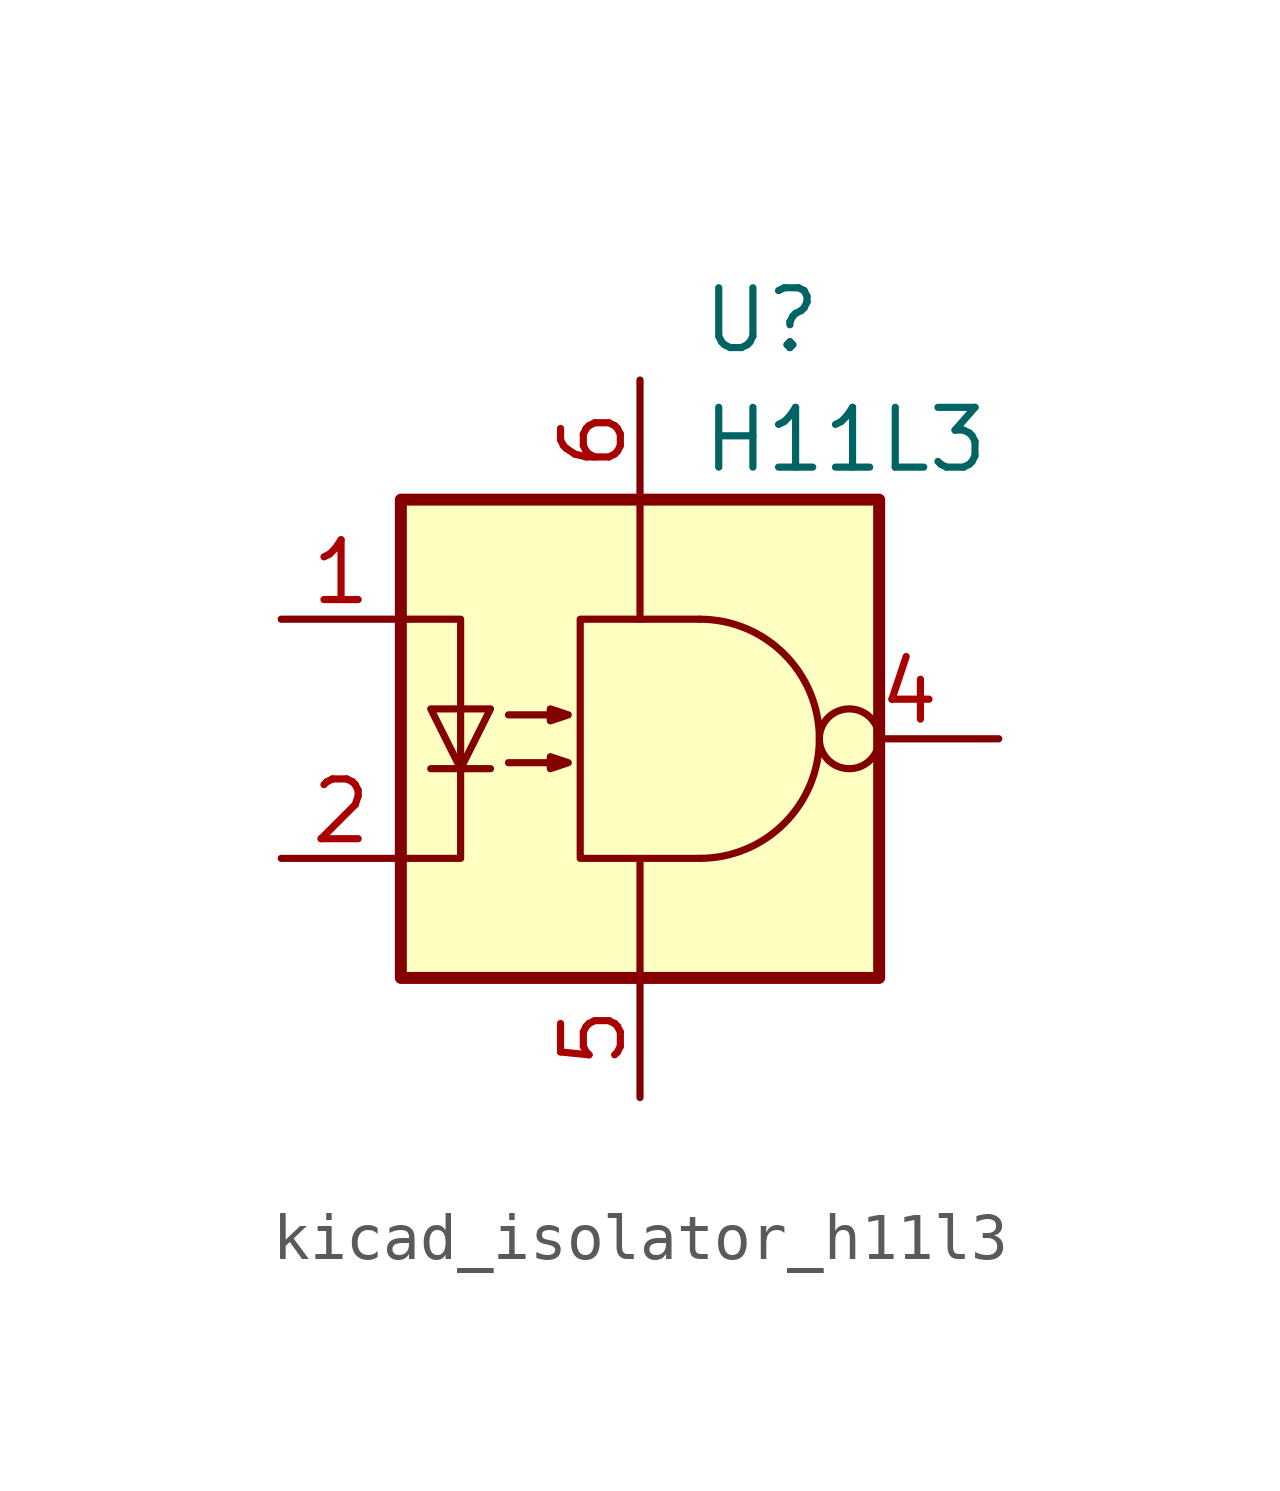
<source format=kicad_sym>
(kicad_symbol_lib
  (version 20220914)
  (generator kicad_symbol_editor)
  (symbol "kicad_isolator_h11l3"
    (pin_names
      (offset 1.016))
    (property "Reference" "U"
      (at 1.27 8.89 0)
      (effects (font (size 1.27 1.27)) (justify left)))
    (property "Value" "H11L3"
      (at 1.27 6.35 0)
      (effects (font (size 1.27 1.27)) (justify left)))
    (symbol "kicad_isolator_h11l3_0_1"
      (rectangle (start -5.08 5.08) (end 5.08 -5.08) (stroke (width 0.254) (type default)) (fill (type background)))
      (polyline (pts (xy -4.445 -0.635) (xy -3.175 -0.635)) (stroke (width 0) (type default)) (fill (type none)))
      (polyline (pts (xy 0 2.54) (xy 0 5.08)) (stroke (width 0) (type default)) (fill (type none)))
      (polyline (pts (xy 0 -2.54) (xy 0 -5.08) (xy 0 -3.81)) (stroke (width 0) (type default)) (fill (type none)))
      (polyline (pts (xy -5.08 -2.54) (xy -3.81 -2.54) (xy -3.81 2.54) (xy -5.08 2.54)) (stroke (width 0) (type default)) (fill (type none)))
      (polyline (pts (xy -3.81 -0.635) (xy -4.445 0.635) (xy -3.175 0.635) (xy -3.81 -0.635)) (stroke (width 0) (type default)) (fill (type none)))
      (polyline (pts (xy 1.27 -2.54) (xy -1.27 -2.54) (xy -1.27 2.54) (xy 1.27 2.54)) (stroke (width 0) (type default)) (fill (type none)))
      (polyline (pts (xy -2.794 -0.508) (xy -1.524 -0.508) (xy -1.905 -0.635) (xy -1.905 -0.381) (xy -1.524 -0.508)) (stroke (width 0) (type default)) (fill (type none)))
      (polyline (pts (xy -2.794 0.508) (xy -1.524 0.508) (xy -1.905 0.381) (xy -1.905 0.635) (xy -1.524 0.508)) (stroke (width 0) (type default)) (fill (type none)))
      (arc (start 1.27 -2.54) (mid 3.799 0) (end 1.27 2.54) (stroke (width 0) (type default)) (fill (type none))))
    (symbol "kicad_isolator_h11l3_1_1"
      (pin passive line (at -7.62 2.54 0) (length 2.54) (name "~" (effects (font (size 1.27 1.27)))) (number "1" (effects (font (size 1.27 1.27)))))
      (pin passive line (at -7.62 -2.54 0) (length 2.54) (name "~" (effects (font (size 1.27 1.27)))) (number "2" (effects (font (size 1.27 1.27)))))
      (pin no_connect line (at -5.08 0 0) (length 2.54) hide (name "~" (effects (font (size 1.27 1.27)))) (number "3" (effects (font (size 1.27 1.27)))))
      (pin output inverted (at 7.62 0 180) (length 3.81) (name "~" (effects (font (size 1.27 1.27)))) (number "4" (effects (font (size 1.27 1.27)))))
      (pin power_in line (at 0 -7.62 90) (length 2.54) (name "~" (effects (font (size 1.27 1.27)))) (number "5" (effects (font (size 1.27 1.27)))))
      (pin power_in line (at 0 7.62 270) (length 2.54) (name "~" (effects (font (size 1.27 1.27)))) (number "6" (effects (font (size 1.27 1.27))))))))
</source>
